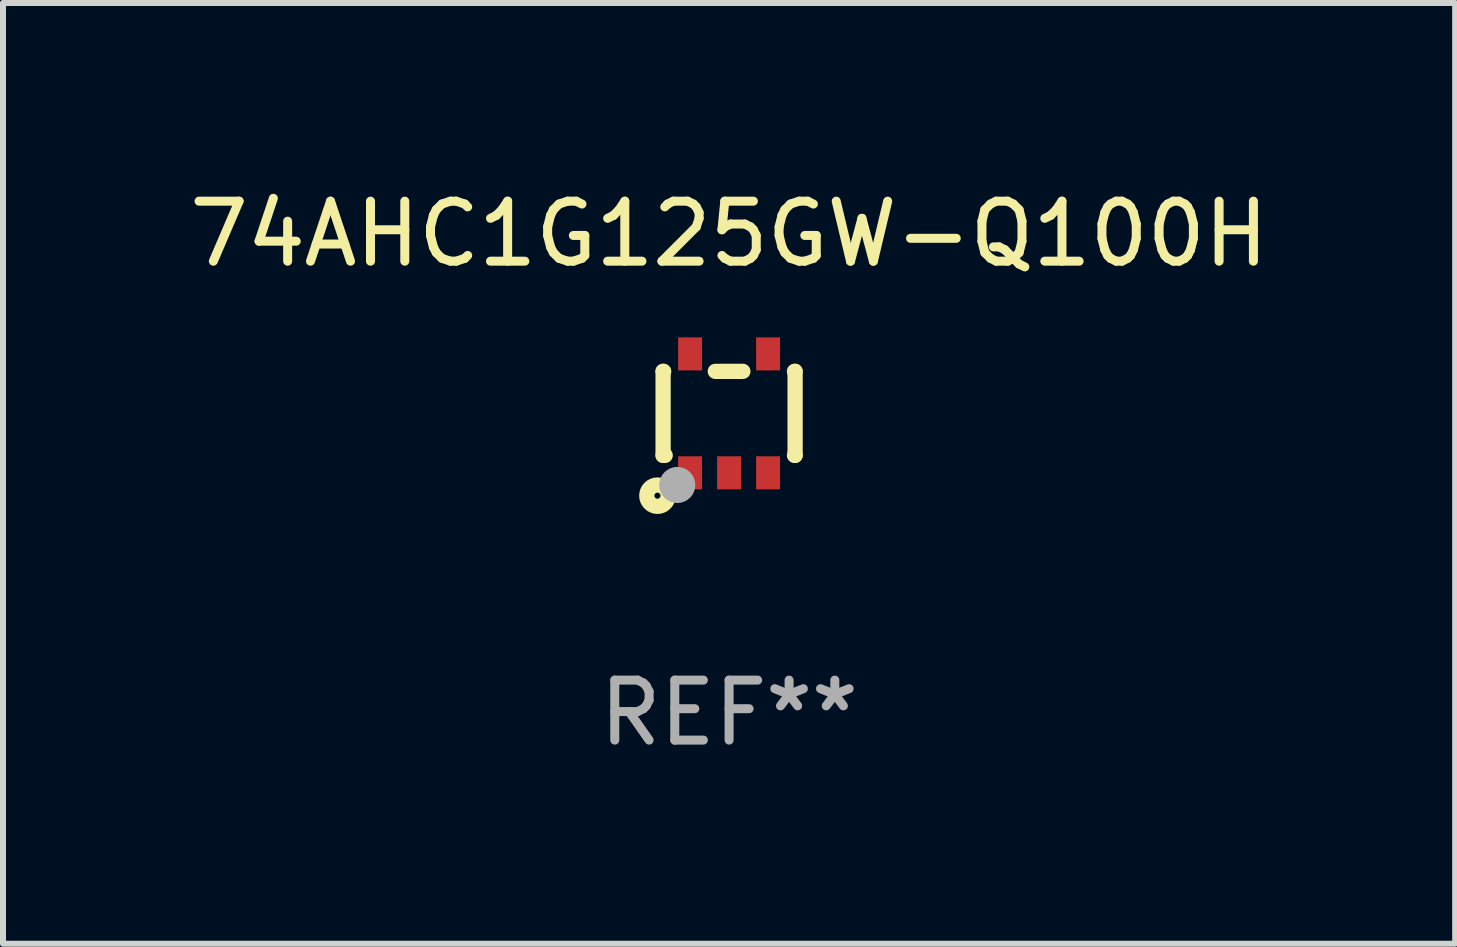
<source format=kicad_pcb>
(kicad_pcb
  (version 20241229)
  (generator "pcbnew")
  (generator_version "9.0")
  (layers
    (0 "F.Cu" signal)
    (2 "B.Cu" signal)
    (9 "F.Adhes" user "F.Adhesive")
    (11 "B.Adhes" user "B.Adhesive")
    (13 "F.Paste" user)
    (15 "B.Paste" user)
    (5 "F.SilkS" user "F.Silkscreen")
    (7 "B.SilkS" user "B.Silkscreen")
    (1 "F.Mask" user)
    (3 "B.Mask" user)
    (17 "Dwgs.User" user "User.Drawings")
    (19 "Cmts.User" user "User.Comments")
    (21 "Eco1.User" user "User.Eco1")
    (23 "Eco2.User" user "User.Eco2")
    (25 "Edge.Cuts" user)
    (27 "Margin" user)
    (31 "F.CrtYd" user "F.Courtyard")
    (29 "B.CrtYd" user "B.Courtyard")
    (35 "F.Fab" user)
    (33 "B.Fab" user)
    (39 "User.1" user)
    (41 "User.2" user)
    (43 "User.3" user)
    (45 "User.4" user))
  (footprint "74AHC1G125GW-Q100H"
    (layer "F.Cu")
    (at 9.101 3.839)
    (property "Reference" "74AHC1G125GW-Q100H" (at 0 -2.991 0) (layer "F.SilkS") (effects (font (size 1 1) (thickness 0.15))))
    (attr through_hole)
    (fp_line (start -1.1 -0.7) (end -1.1 0.7) (stroke (width 0.254) (type solid)) (layer "F.SilkS"))
    (fp_line (start -1.1 -0.7) (end -1.09 -0.7) (stroke (width 0.254) (type solid)) (layer "F.SilkS"))
    (fp_line (start -1.1 0.7) (end -1.065 0.7) (stroke (width 0.254) (type solid)) (layer "F.SilkS"))
    (fp_line (start -0.23 -0.7) (end 0.23 -0.7) (stroke (width 0.254) (type solid)) (layer "F.SilkS"))
    (fp_line (start 1.09 -0.7) (end 1.1 -0.7) (stroke (width 0.254) (type solid)) (layer "F.SilkS"))
    (fp_line (start 1.09 0.7) (end 1.1 0.7) (stroke (width 0.254) (type solid)) (layer "F.SilkS"))
    (fp_line (start 1.1 -0.7) (end 1.1 0.7) (stroke (width 0.254) (type solid)) (layer "F.SilkS"))
    (fp_circle (center -1.194 1.372) (end -1.143 1.372) (stroke (width 0.254) (type solid)) (fill no) (layer "F.SilkS"))
    (fp_circle (center -1.05 1.063) (end -1.02 1.063) (stroke (width 0.06) (type solid)) (fill no) (layer "F.SilkS"))
    (fp_circle (center -0.864 1.194) (end -0.713 1.194) (stroke (width 0.3) (type solid)) (fill no) (layer "F.Fab"))
    (fp_text user "REF**" (at 0 4.991 0) (layer "F.Fab") (effects (font (size 1 1) (thickness 0.15))))
    (pad "1" smd rect (at -0.65 0.991 180) (size 0.399 0.551) (layers "F.Cu" "F.Mask" "F.Paste"))
    (pad "2" smd rect (at 0 0.991 180) (size 0.399 0.551) (layers "F.Cu" "F.Mask" "F.Paste"))
    (pad "3" smd rect (at 0.65 0.991 180) (size 0.399 0.551) (layers "F.Cu" "F.Mask" "F.Paste"))
    (pad "4" smd rect (at 0.65 -0.991 180) (size 0.399 0.551) (layers "F.Cu" "F.Mask" "F.Paste"))
    (pad "5" smd rect (at -0.65 -0.991 180) (size 0.399 0.551) (layers "F.Cu" "F.Mask" "F.Paste")))
  (gr_rect
    (start -3 -3)
    (end 21.202 12.678)
    (stroke (width 0.1) (type default))
    (fill no)
    (layer "Edge.Cuts")))
</source>
